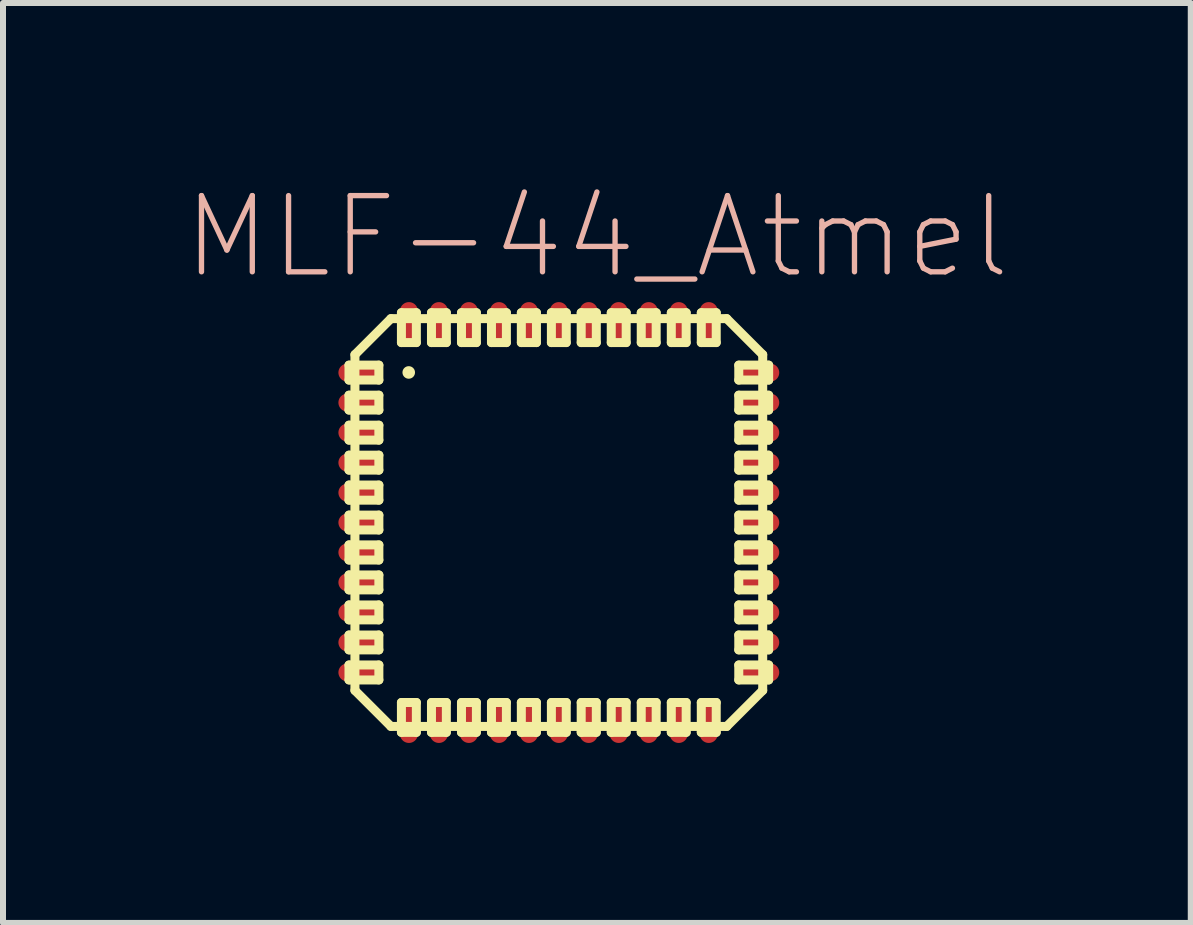
<source format=kicad_pcb>
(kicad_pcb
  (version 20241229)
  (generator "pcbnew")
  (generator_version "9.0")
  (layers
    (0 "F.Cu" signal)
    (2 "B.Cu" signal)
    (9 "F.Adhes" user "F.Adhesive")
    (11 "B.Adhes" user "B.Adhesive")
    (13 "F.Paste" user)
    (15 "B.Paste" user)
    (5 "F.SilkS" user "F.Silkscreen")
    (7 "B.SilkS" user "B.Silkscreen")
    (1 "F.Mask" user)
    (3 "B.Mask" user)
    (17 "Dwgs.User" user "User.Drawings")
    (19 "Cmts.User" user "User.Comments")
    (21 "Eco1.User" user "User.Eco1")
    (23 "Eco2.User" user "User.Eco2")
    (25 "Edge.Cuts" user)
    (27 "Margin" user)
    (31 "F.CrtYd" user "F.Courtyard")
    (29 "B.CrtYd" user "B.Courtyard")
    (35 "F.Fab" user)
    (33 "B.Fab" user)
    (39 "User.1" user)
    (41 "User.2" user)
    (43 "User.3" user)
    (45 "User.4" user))
  (footprint "MLF-44_Atmel"
    (layer "F.Cu")
    (at 6.266 5.661)
    (property "Reference" "MLF-44_Atmel" (at 0.635 -4.763 0) (layer "B.SilkS") (effects (font (size 1.27 1.27) (thickness 0.089))))
    (attr smd)
    (fp_line (start -3.498 -2.624) (end -3 -2.624) (stroke (width 0.15) (type solid)) (layer "F.SilkS"))
    (fp_line (start -3.498 -2.375) (end -3.498 -2.624) (stroke (width 0.15) (type solid)) (layer "F.SilkS"))
    (fp_line (start -3.498 -2.375) (end -3 -2.375) (stroke (width 0.15) (type solid)) (layer "F.SilkS"))
    (fp_line (start -3.498 -2.123) (end -3 -2.123) (stroke (width 0.15) (type solid)) (layer "F.SilkS"))
    (fp_line (start -3.498 -1.875) (end -3.498 -2.123) (stroke (width 0.15) (type solid)) (layer "F.SilkS"))
    (fp_line (start -3.498 -1.875) (end -3 -1.875) (stroke (width 0.15) (type solid)) (layer "F.SilkS"))
    (fp_line (start -3.498 -1.623) (end -3 -1.623) (stroke (width 0.15) (type solid)) (layer "F.SilkS"))
    (fp_line (start -3.498 -1.374) (end -3.498 -1.623) (stroke (width 0.15) (type solid)) (layer "F.SilkS"))
    (fp_line (start -3.498 -1.374) (end -3 -1.374) (stroke (width 0.15) (type solid)) (layer "F.SilkS"))
    (fp_line (start -3.498 -1.123) (end -3 -1.123) (stroke (width 0.15) (type solid)) (layer "F.SilkS"))
    (fp_line (start -3.498 -0.874) (end -3.498 -1.123) (stroke (width 0.15) (type solid)) (layer "F.SilkS"))
    (fp_line (start -3.498 -0.874) (end -3 -0.874) (stroke (width 0.15) (type solid)) (layer "F.SilkS"))
    (fp_line (start -3.498 -0.625) (end -3 -0.625) (stroke (width 0.15) (type solid)) (layer "F.SilkS"))
    (fp_line (start -3.498 -0.373) (end -3.498 -0.625) (stroke (width 0.15) (type solid)) (layer "F.SilkS"))
    (fp_line (start -3.498 -0.373) (end -3 -0.373) (stroke (width 0.15) (type solid)) (layer "F.SilkS"))
    (fp_line (start -3.498 -0.124) (end -3 -0.124) (stroke (width 0.15) (type solid)) (layer "F.SilkS"))
    (fp_line (start -3.498 0.124) (end -3.498 -0.124) (stroke (width 0.15) (type solid)) (layer "F.SilkS"))
    (fp_line (start -3.498 0.124) (end -3 0.124) (stroke (width 0.15) (type solid)) (layer "F.SilkS"))
    (fp_line (start -3.498 0.373) (end -3 0.373) (stroke (width 0.15) (type solid)) (layer "F.SilkS"))
    (fp_line (start -3.498 0.625) (end -3.498 0.373) (stroke (width 0.15) (type solid)) (layer "F.SilkS"))
    (fp_line (start -3.498 0.625) (end -3 0.625) (stroke (width 0.15) (type solid)) (layer "F.SilkS"))
    (fp_line (start -3.498 0.874) (end -3 0.874) (stroke (width 0.15) (type solid)) (layer "F.SilkS"))
    (fp_line (start -3.498 1.123) (end -3.498 0.874) (stroke (width 0.15) (type solid)) (layer "F.SilkS"))
    (fp_line (start -3.498 1.123) (end -3 1.123) (stroke (width 0.15) (type solid)) (layer "F.SilkS"))
    (fp_line (start -3.498 1.374) (end -3 1.374) (stroke (width 0.15) (type solid)) (layer "F.SilkS"))
    (fp_line (start -3.498 1.623) (end -3.498 1.374) (stroke (width 0.15) (type solid)) (layer "F.SilkS"))
    (fp_line (start -3.498 1.623) (end -3 1.623) (stroke (width 0.15) (type solid)) (layer "F.SilkS"))
    (fp_line (start -3.498 1.875) (end -3 1.875) (stroke (width 0.15) (type solid)) (layer "F.SilkS"))
    (fp_line (start -3.498 2.123) (end -3.498 1.875) (stroke (width 0.15) (type solid)) (layer "F.SilkS"))
    (fp_line (start -3.498 2.123) (end -3 2.123) (stroke (width 0.15) (type solid)) (layer "F.SilkS"))
    (fp_line (start -3.498 2.375) (end -3 2.375) (stroke (width 0.15) (type solid)) (layer "F.SilkS"))
    (fp_line (start -3.498 2.624) (end -3.498 2.375) (stroke (width 0.15) (type solid)) (layer "F.SilkS"))
    (fp_line (start -3.498 2.624) (end -3 2.624) (stroke (width 0.15) (type solid)) (layer "F.SilkS"))
    (fp_line (start -3.399 -2.799) (end -2.799 -3.399) (stroke (width 0.15) (type solid)) (layer "F.SilkS"))
    (fp_line (start -3.399 2.799) (end -3.399 -2.799) (stroke (width 0.15) (type solid)) (layer "F.SilkS"))
    (fp_line (start -3 -2.375) (end -3 -2.624) (stroke (width 0.15) (type solid)) (layer "F.SilkS"))
    (fp_line (start -3 -1.875) (end -3 -2.123) (stroke (width 0.15) (type solid)) (layer "F.SilkS"))
    (fp_line (start -3 -1.374) (end -3 -1.623) (stroke (width 0.15) (type solid)) (layer "F.SilkS"))
    (fp_line (start -3 -0.874) (end -3 -1.123) (stroke (width 0.15) (type solid)) (layer "F.SilkS"))
    (fp_line (start -3 -0.373) (end -3 -0.625) (stroke (width 0.15) (type solid)) (layer "F.SilkS"))
    (fp_line (start -3 0.124) (end -3 -0.124) (stroke (width 0.15) (type solid)) (layer "F.SilkS"))
    (fp_line (start -3 0.625) (end -3 0.373) (stroke (width 0.15) (type solid)) (layer "F.SilkS"))
    (fp_line (start -3 1.123) (end -3 0.874) (stroke (width 0.15) (type solid)) (layer "F.SilkS"))
    (fp_line (start -3 1.623) (end -3 1.374) (stroke (width 0.15) (type solid)) (layer "F.SilkS"))
    (fp_line (start -3 2.123) (end -3 1.875) (stroke (width 0.15) (type solid)) (layer "F.SilkS"))
    (fp_line (start -3 2.624) (end -3 2.375) (stroke (width 0.15) (type solid)) (layer "F.SilkS"))
    (fp_line (start -2.799 -3.399) (end 2.799 -3.399) (stroke (width 0.15) (type solid)) (layer "F.SilkS"))
    (fp_line (start -2.799 3.399) (end -3.399 2.799) (stroke (width 0.15) (type solid)) (layer "F.SilkS"))
    (fp_line (start -2.624 -3.498) (end -2.375 -3.498) (stroke (width 0.15) (type solid)) (layer "F.SilkS"))
    (fp_line (start -2.624 -3) (end -2.624 -3.498) (stroke (width 0.15) (type solid)) (layer "F.SilkS"))
    (fp_line (start -2.624 -3) (end -2.375 -3) (stroke (width 0.15) (type solid)) (layer "F.SilkS"))
    (fp_line (start -2.624 3) (end -2.375 3) (stroke (width 0.15) (type solid)) (layer "F.SilkS"))
    (fp_line (start -2.624 3.498) (end -2.624 3) (stroke (width 0.15) (type solid)) (layer "F.SilkS"))
    (fp_line (start -2.624 3.498) (end -2.375 3.498) (stroke (width 0.15) (type solid)) (layer "F.SilkS"))
    (fp_line (start -2.375 -3) (end -2.375 -3.498) (stroke (width 0.15) (type solid)) (layer "F.SilkS"))
    (fp_line (start -2.375 3.498) (end -2.375 3) (stroke (width 0.15) (type solid)) (layer "F.SilkS"))
    (fp_line (start -2.123 -3.498) (end -1.875 -3.498) (stroke (width 0.15) (type solid)) (layer "F.SilkS"))
    (fp_line (start -2.123 -3) (end -2.123 -3.498) (stroke (width 0.15) (type solid)) (layer "F.SilkS"))
    (fp_line (start -2.123 -3) (end -1.875 -3) (stroke (width 0.15) (type solid)) (layer "F.SilkS"))
    (fp_line (start -2.123 3) (end -1.875 3) (stroke (width 0.15) (type solid)) (layer "F.SilkS"))
    (fp_line (start -2.123 3.498) (end -2.123 3) (stroke (width 0.15) (type solid)) (layer "F.SilkS"))
    (fp_line (start -2.123 3.498) (end -1.875 3.498) (stroke (width 0.15) (type solid)) (layer "F.SilkS"))
    (fp_line (start -1.875 -3) (end -1.875 -3.498) (stroke (width 0.15) (type solid)) (layer "F.SilkS"))
    (fp_line (start -1.875 3.498) (end -1.875 3) (stroke (width 0.15) (type solid)) (layer "F.SilkS"))
    (fp_line (start -1.623 -3.498) (end -1.374 -3.498) (stroke (width 0.15) (type solid)) (layer "F.SilkS"))
    (fp_line (start -1.623 -3) (end -1.623 -3.498) (stroke (width 0.15) (type solid)) (layer "F.SilkS"))
    (fp_line (start -1.623 -3) (end -1.374 -3) (stroke (width 0.15) (type solid)) (layer "F.SilkS"))
    (fp_line (start -1.623 3) (end -1.374 3) (stroke (width 0.15) (type solid)) (layer "F.SilkS"))
    (fp_line (start -1.623 3.498) (end -1.623 3) (stroke (width 0.15) (type solid)) (layer "F.SilkS"))
    (fp_line (start -1.623 3.498) (end -1.374 3.498) (stroke (width 0.15) (type solid)) (layer "F.SilkS"))
    (fp_line (start -1.374 -3) (end -1.374 -3.498) (stroke (width 0.15) (type solid)) (layer "F.SilkS"))
    (fp_line (start -1.374 3.498) (end -1.374 3) (stroke (width 0.15) (type solid)) (layer "F.SilkS"))
    (fp_line (start -1.123 -3.498) (end -0.874 -3.498) (stroke (width 0.15) (type solid)) (layer "F.SilkS"))
    (fp_line (start -1.123 -3) (end -1.123 -3.498) (stroke (width 0.15) (type solid)) (layer "F.SilkS"))
    (fp_line (start -1.123 -3) (end -0.874 -3) (stroke (width 0.15) (type solid)) (layer "F.SilkS"))
    (fp_line (start -1.123 3) (end -0.874 3) (stroke (width 0.15) (type solid)) (layer "F.SilkS"))
    (fp_line (start -1.123 3.498) (end -1.123 3) (stroke (width 0.15) (type solid)) (layer "F.SilkS"))
    (fp_line (start -1.123 3.498) (end -0.874 3.498) (stroke (width 0.15) (type solid)) (layer "F.SilkS"))
    (fp_line (start -0.874 -3) (end -0.874 -3.498) (stroke (width 0.15) (type solid)) (layer "F.SilkS"))
    (fp_line (start -0.874 3.498) (end -0.874 3) (stroke (width 0.15) (type solid)) (layer "F.SilkS"))
    (fp_line (start -0.625 -3.498) (end -0.373 -3.498) (stroke (width 0.15) (type solid)) (layer "F.SilkS"))
    (fp_line (start -0.625 -3) (end -0.625 -3.498) (stroke (width 0.15) (type solid)) (layer "F.SilkS"))
    (fp_line (start -0.625 -3) (end -0.373 -3) (stroke (width 0.15) (type solid)) (layer "F.SilkS"))
    (fp_line (start -0.625 3) (end -0.373 3) (stroke (width 0.15) (type solid)) (layer "F.SilkS"))
    (fp_line (start -0.625 3.498) (end -0.625 3) (stroke (width 0.15) (type solid)) (layer "F.SilkS"))
    (fp_line (start -0.625 3.498) (end -0.373 3.498) (stroke (width 0.15) (type solid)) (layer "F.SilkS"))
    (fp_line (start -0.373 -3) (end -0.373 -3.498) (stroke (width 0.15) (type solid)) (layer "F.SilkS"))
    (fp_line (start -0.373 3.498) (end -0.373 3) (stroke (width 0.15) (type solid)) (layer "F.SilkS"))
    (fp_line (start -0.124 -3.498) (end 0.124 -3.498) (stroke (width 0.15) (type solid)) (layer "F.SilkS"))
    (fp_line (start -0.124 -3) (end -0.124 -3.498) (stroke (width 0.15) (type solid)) (layer "F.SilkS"))
    (fp_line (start -0.124 -3) (end 0.124 -3) (stroke (width 0.15) (type solid)) (layer "F.SilkS"))
    (fp_line (start -0.124 3) (end 0.124 3) (stroke (width 0.15) (type solid)) (layer "F.SilkS"))
    (fp_line (start -0.124 3.498) (end -0.124 3) (stroke (width 0.15) (type solid)) (layer "F.SilkS"))
    (fp_line (start -0.124 3.498) (end 0.124 3.498) (stroke (width 0.15) (type solid)) (layer "F.SilkS"))
    (fp_line (start 0.124 -3) (end 0.124 -3.498) (stroke (width 0.15) (type solid)) (layer "F.SilkS"))
    (fp_line (start 0.124 3.498) (end 0.124 3) (stroke (width 0.15) (type solid)) (layer "F.SilkS"))
    (fp_line (start 0.373 -3.498) (end 0.625 -3.498) (stroke (width 0.15) (type solid)) (layer "F.SilkS"))
    (fp_line (start 0.373 -3) (end 0.373 -3.498) (stroke (width 0.15) (type solid)) (layer "F.SilkS"))
    (fp_line (start 0.373 -3) (end 0.625 -3) (stroke (width 0.15) (type solid)) (layer "F.SilkS"))
    (fp_line (start 0.373 3) (end 0.625 3) (stroke (width 0.15) (type solid)) (layer "F.SilkS"))
    (fp_line (start 0.373 3.498) (end 0.373 3) (stroke (width 0.15) (type solid)) (layer "F.SilkS"))
    (fp_line (start 0.373 3.498) (end 0.625 3.498) (stroke (width 0.15) (type solid)) (layer "F.SilkS"))
    (fp_line (start 0.625 -3) (end 0.625 -3.498) (stroke (width 0.15) (type solid)) (layer "F.SilkS"))
    (fp_line (start 0.625 3.498) (end 0.625 3) (stroke (width 0.15) (type solid)) (layer "F.SilkS"))
    (fp_line (start 0.874 -3.498) (end 1.123 -3.498) (stroke (width 0.15) (type solid)) (layer "F.SilkS"))
    (fp_line (start 0.874 -3) (end 0.874 -3.498) (stroke (width 0.15) (type solid)) (layer "F.SilkS"))
    (fp_line (start 0.874 -3) (end 1.123 -3) (stroke (width 0.15) (type solid)) (layer "F.SilkS"))
    (fp_line (start 0.874 3) (end 1.123 3) (stroke (width 0.15) (type solid)) (layer "F.SilkS"))
    (fp_line (start 0.874 3.498) (end 0.874 3) (stroke (width 0.15) (type solid)) (layer "F.SilkS"))
    (fp_line (start 0.874 3.498) (end 1.123 3.498) (stroke (width 0.15) (type solid)) (layer "F.SilkS"))
    (fp_line (start 1.123 -3) (end 1.123 -3.498) (stroke (width 0.15) (type solid)) (layer "F.SilkS"))
    (fp_line (start 1.123 3.498) (end 1.123 3) (stroke (width 0.15) (type solid)) (layer "F.SilkS"))
    (fp_line (start 1.374 -3.498) (end 1.623 -3.498) (stroke (width 0.15) (type solid)) (layer "F.SilkS"))
    (fp_line (start 1.374 -3) (end 1.374 -3.498) (stroke (width 0.15) (type solid)) (layer "F.SilkS"))
    (fp_line (start 1.374 -3) (end 1.623 -3) (stroke (width 0.15) (type solid)) (layer "F.SilkS"))
    (fp_line (start 1.374 3) (end 1.623 3) (stroke (width 0.15) (type solid)) (layer "F.SilkS"))
    (fp_line (start 1.374 3.498) (end 1.374 3) (stroke (width 0.15) (type solid)) (layer "F.SilkS"))
    (fp_line (start 1.374 3.498) (end 1.623 3.498) (stroke (width 0.15) (type solid)) (layer "F.SilkS"))
    (fp_line (start 1.623 -3) (end 1.623 -3.498) (stroke (width 0.15) (type solid)) (layer "F.SilkS"))
    (fp_line (start 1.623 3.498) (end 1.623 3) (stroke (width 0.15) (type solid)) (layer "F.SilkS"))
    (fp_line (start 1.875 -3.498) (end 2.123 -3.498) (stroke (width 0.15) (type solid)) (layer "F.SilkS"))
    (fp_line (start 1.875 -3) (end 1.875 -3.498) (stroke (width 0.15) (type solid)) (layer "F.SilkS"))
    (fp_line (start 1.875 -3) (end 2.123 -3) (stroke (width 0.15) (type solid)) (layer "F.SilkS"))
    (fp_line (start 1.875 3) (end 2.123 3) (stroke (width 0.15) (type solid)) (layer "F.SilkS"))
    (fp_line (start 1.875 3.498) (end 1.875 3) (stroke (width 0.15) (type solid)) (layer "F.SilkS"))
    (fp_line (start 1.875 3.498) (end 2.123 3.498) (stroke (width 0.15) (type solid)) (layer "F.SilkS"))
    (fp_line (start 2.123 -3) (end 2.123 -3.498) (stroke (width 0.15) (type solid)) (layer "F.SilkS"))
    (fp_line (start 2.123 3.498) (end 2.123 3) (stroke (width 0.15) (type solid)) (layer "F.SilkS"))
    (fp_line (start 2.375 -3.498) (end 2.624 -3.498) (stroke (width 0.15) (type solid)) (layer "F.SilkS"))
    (fp_line (start 2.375 -3) (end 2.375 -3.498) (stroke (width 0.15) (type solid)) (layer "F.SilkS"))
    (fp_line (start 2.375 -3) (end 2.624 -3) (stroke (width 0.15) (type solid)) (layer "F.SilkS"))
    (fp_line (start 2.375 3) (end 2.624 3) (stroke (width 0.15) (type solid)) (layer "F.SilkS"))
    (fp_line (start 2.375 3.498) (end 2.375 3) (stroke (width 0.15) (type solid)) (layer "F.SilkS"))
    (fp_line (start 2.375 3.498) (end 2.624 3.498) (stroke (width 0.15) (type solid)) (layer "F.SilkS"))
    (fp_line (start 2.624 -3) (end 2.624 -3.498) (stroke (width 0.15) (type solid)) (layer "F.SilkS"))
    (fp_line (start 2.624 3.498) (end 2.624 3) (stroke (width 0.15) (type solid)) (layer "F.SilkS"))
    (fp_line (start 2.799 -3.399) (end 3.399 -2.799) (stroke (width 0.15) (type solid)) (layer "F.SilkS"))
    (fp_line (start 2.799 3.399) (end -2.799 3.399) (stroke (width 0.15) (type solid)) (layer "F.SilkS"))
    (fp_line (start 3 -2.624) (end 3.498 -2.624) (stroke (width 0.15) (type solid)) (layer "F.SilkS"))
    (fp_line (start 3 -2.375) (end 3 -2.624) (stroke (width 0.15) (type solid)) (layer "F.SilkS"))
    (fp_line (start 3 -2.375) (end 3.498 -2.375) (stroke (width 0.15) (type solid)) (layer "F.SilkS"))
    (fp_line (start 3 -2.123) (end 3.498 -2.123) (stroke (width 0.15) (type solid)) (layer "F.SilkS"))
    (fp_line (start 3 -1.875) (end 3 -2.123) (stroke (width 0.15) (type solid)) (layer "F.SilkS"))
    (fp_line (start 3 -1.875) (end 3.498 -1.875) (stroke (width 0.15) (type solid)) (layer "F.SilkS"))
    (fp_line (start 3 -1.623) (end 3.498 -1.623) (stroke (width 0.15) (type solid)) (layer "F.SilkS"))
    (fp_line (start 3 -1.374) (end 3 -1.623) (stroke (width 0.15) (type solid)) (layer "F.SilkS"))
    (fp_line (start 3 -1.374) (end 3.498 -1.374) (stroke (width 0.15) (type solid)) (layer "F.SilkS"))
    (fp_line (start 3 -1.123) (end 3.498 -1.123) (stroke (width 0.15) (type solid)) (layer "F.SilkS"))
    (fp_line (start 3 -0.874) (end 3 -1.123) (stroke (width 0.15) (type solid)) (layer "F.SilkS"))
    (fp_line (start 3 -0.874) (end 3.498 -0.874) (stroke (width 0.15) (type solid)) (layer "F.SilkS"))
    (fp_line (start 3 -0.625) (end 3.498 -0.625) (stroke (width 0.15) (type solid)) (layer "F.SilkS"))
    (fp_line (start 3 -0.373) (end 3 -0.625) (stroke (width 0.15) (type solid)) (layer "F.SilkS"))
    (fp_line (start 3 -0.373) (end 3.498 -0.373) (stroke (width 0.15) (type solid)) (layer "F.SilkS"))
    (fp_line (start 3 -0.124) (end 3.498 -0.124) (stroke (width 0.15) (type solid)) (layer "F.SilkS"))
    (fp_line (start 3 0.124) (end 3 -0.124) (stroke (width 0.15) (type solid)) (layer "F.SilkS"))
    (fp_line (start 3 0.124) (end 3.498 0.124) (stroke (width 0.15) (type solid)) (layer "F.SilkS"))
    (fp_line (start 3 0.373) (end 3.498 0.373) (stroke (width 0.15) (type solid)) (layer "F.SilkS"))
    (fp_line (start 3 0.625) (end 3 0.373) (stroke (width 0.15) (type solid)) (layer "F.SilkS"))
    (fp_line (start 3 0.625) (end 3.498 0.625) (stroke (width 0.15) (type solid)) (layer "F.SilkS"))
    (fp_line (start 3 0.874) (end 3.498 0.874) (stroke (width 0.15) (type solid)) (layer "F.SilkS"))
    (fp_line (start 3 1.123) (end 3 0.874) (stroke (width 0.15) (type solid)) (layer "F.SilkS"))
    (fp_line (start 3 1.123) (end 3.498 1.123) (stroke (width 0.15) (type solid)) (layer "F.SilkS"))
    (fp_line (start 3 1.374) (end 3.498 1.374) (stroke (width 0.15) (type solid)) (layer "F.SilkS"))
    (fp_line (start 3 1.623) (end 3 1.374) (stroke (width 0.15) (type solid)) (layer "F.SilkS"))
    (fp_line (start 3 1.623) (end 3.498 1.623) (stroke (width 0.15) (type solid)) (layer "F.SilkS"))
    (fp_line (start 3 1.875) (end 3.498 1.875) (stroke (width 0.15) (type solid)) (layer "F.SilkS"))
    (fp_line (start 3 2.123) (end 3 1.875) (stroke (width 0.15) (type solid)) (layer "F.SilkS"))
    (fp_line (start 3 2.123) (end 3.498 2.123) (stroke (width 0.15) (type solid)) (layer "F.SilkS"))
    (fp_line (start 3 2.375) (end 3.498 2.375) (stroke (width 0.15) (type solid)) (layer "F.SilkS"))
    (fp_line (start 3 2.624) (end 3 2.375) (stroke (width 0.15) (type solid)) (layer "F.SilkS"))
    (fp_line (start 3 2.624) (end 3.498 2.624) (stroke (width 0.15) (type solid)) (layer "F.SilkS"))
    (fp_line (start 3.399 -2.799) (end 3.399 2.799) (stroke (width 0.15) (type solid)) (layer "F.SilkS"))
    (fp_line (start 3.399 2.799) (end 2.799 3.399) (stroke (width 0.15) (type solid)) (layer "F.SilkS"))
    (fp_line (start 3.498 -2.375) (end 3.498 -2.624) (stroke (width 0.15) (type solid)) (layer "F.SilkS"))
    (fp_line (start 3.498 -1.875) (end 3.498 -2.123) (stroke (width 0.15) (type solid)) (layer "F.SilkS"))
    (fp_line (start 3.498 -1.374) (end 3.498 -1.623) (stroke (width 0.15) (type solid)) (layer "F.SilkS"))
    (fp_line (start 3.498 -0.874) (end 3.498 -1.123) (stroke (width 0.15) (type solid)) (layer "F.SilkS"))
    (fp_line (start 3.498 -0.373) (end 3.498 -0.625) (stroke (width 0.15) (type solid)) (layer "F.SilkS"))
    (fp_line (start 3.498 0.124) (end 3.498 -0.124) (stroke (width 0.15) (type solid)) (layer "F.SilkS"))
    (fp_line (start 3.498 0.625) (end 3.498 0.373) (stroke (width 0.15) (type solid)) (layer "F.SilkS"))
    (fp_line (start 3.498 1.123) (end 3.498 0.874) (stroke (width 0.15) (type solid)) (layer "F.SilkS"))
    (fp_line (start 3.498 1.623) (end 3.498 1.374) (stroke (width 0.15) (type solid)) (layer "F.SilkS"))
    (fp_line (start 3.498 2.123) (end 3.498 1.875) (stroke (width 0.15) (type solid)) (layer "F.SilkS"))
    (fp_line (start 3.498 2.624) (end 3.498 2.375) (stroke (width 0.15) (type solid)) (layer "F.SilkS"))
    (fp_circle (center -2.502 -2.502) (end -2.576 -2.576) (stroke (width 0) (type solid)) (fill yes) (layer "F.SilkS"))
    (pad "1" smd oval (at -3.325 -2.499) (size 0.699 0.3) (layers "F.Cu" "F.Mask" "F.Paste"))
    (pad "2" smd oval (at -3.325 -1.999) (size 0.699 0.3) (layers "F.Cu" "F.Mask" "F.Paste"))
    (pad "3" smd oval (at -3.325 -1.499) (size 0.699 0.3) (layers "F.Cu" "F.Mask" "F.Paste"))
    (pad "4" smd oval (at -3.325 -0.998) (size 0.699 0.3) (layers "F.Cu" "F.Mask" "F.Paste"))
    (pad "5" smd oval (at -3.325 -0.498) (size 0.699 0.3) (layers "F.Cu" "F.Mask" "F.Paste"))
    (pad "6" smd oval (at -3.325 0) (size 0.699 0.3) (layers "F.Cu" "F.Mask" "F.Paste"))
    (pad "7" smd oval (at -3.325 0.498) (size 0.699 0.3) (layers "F.Cu" "F.Mask" "F.Paste"))
    (pad "8" smd oval (at -3.325 0.998) (size 0.699 0.3) (layers "F.Cu" "F.Mask" "F.Paste"))
    (pad "9" smd oval (at -3.325 1.499) (size 0.699 0.3) (layers "F.Cu" "F.Mask" "F.Paste"))
    (pad "10" smd oval (at -3.325 1.999) (size 0.699 0.3) (layers "F.Cu" "F.Mask" "F.Paste"))
    (pad "11" smd oval (at -3.325 2.499) (size 0.699 0.3) (layers "F.Cu" "F.Mask" "F.Paste"))
    (pad "12" smd oval (at -2.499 3.325) (size 0.3 0.699) (layers "F.Cu" "F.Mask" "F.Paste"))
    (pad "13" smd oval (at -1.999 3.325) (size 0.3 0.699) (layers "F.Cu" "F.Mask" "F.Paste"))
    (pad "14" smd oval (at -1.499 3.325) (size 0.3 0.699) (layers "F.Cu" "F.Mask" "F.Paste"))
    (pad "15" smd oval (at -0.998 3.325) (size 0.3 0.699) (layers "F.Cu" "F.Mask" "F.Paste"))
    (pad "16" smd oval (at -0.498 3.325) (size 0.3 0.699) (layers "F.Cu" "F.Mask" "F.Paste"))
    (pad "17" smd oval (at 0 3.325) (size 0.3 0.699) (layers "F.Cu" "F.Mask" "F.Paste"))
    (pad "18" smd oval (at 0.498 3.325) (size 0.3 0.699) (layers "F.Cu" "F.Mask" "F.Paste"))
    (pad "19" smd oval (at 0.998 3.325) (size 0.3 0.699) (layers "F.Cu" "F.Mask" "F.Paste"))
    (pad "20" smd oval (at 1.499 3.325) (size 0.3 0.699) (layers "F.Cu" "F.Mask" "F.Paste"))
    (pad "21" smd oval (at 1.999 3.325) (size 0.3 0.699) (layers "F.Cu" "F.Mask" "F.Paste"))
    (pad "22" smd oval (at 2.499 3.325) (size 0.3 0.699) (layers "F.Cu" "F.Mask" "F.Paste"))
    (pad "23" smd oval (at 3.325 2.499) (size 0.699 0.3) (layers "F.Cu" "F.Mask" "F.Paste"))
    (pad "24" smd oval (at 3.325 1.999) (size 0.699 0.3) (layers "F.Cu" "F.Mask" "F.Paste"))
    (pad "25" smd oval (at 3.325 1.499) (size 0.699 0.3) (layers "F.Cu" "F.Mask" "F.Paste"))
    (pad "26" smd oval (at 3.325 0.998) (size 0.699 0.3) (layers "F.Cu" "F.Mask" "F.Paste"))
    (pad "27" smd oval (at 3.325 0.498) (size 0.699 0.3) (layers "F.Cu" "F.Mask" "F.Paste"))
    (pad "28" smd oval (at 3.325 0) (size 0.699 0.3) (layers "F.Cu" "F.Mask" "F.Paste"))
    (pad "29" smd oval (at 3.325 -0.498) (size 0.699 0.3) (layers "F.Cu" "F.Mask" "F.Paste"))
    (pad "30" smd oval (at 3.325 -0.998) (size 0.699 0.3) (layers "F.Cu" "F.Mask" "F.Paste"))
    (pad "31" smd oval (at 3.325 -1.499) (size 0.699 0.3) (layers "F.Cu" "F.Mask" "F.Paste"))
    (pad "32" smd oval (at 3.325 -1.999) (size 0.699 0.3) (layers "F.Cu" "F.Mask" "F.Paste"))
    (pad "33" smd oval (at 3.325 -2.499) (size 0.699 0.3) (layers "F.Cu" "F.Mask" "F.Paste"))
    (pad "34" smd oval (at 2.499 -3.325) (size 0.3 0.699) (layers "F.Cu" "F.Mask" "F.Paste"))
    (pad "35" smd oval (at 1.999 -3.325) (size 0.3 0.699) (layers "F.Cu" "F.Mask" "F.Paste"))
    (pad "36" smd oval (at 1.499 -3.325) (size 0.3 0.699) (layers "F.Cu" "F.Mask" "F.Paste"))
    (pad "37" smd oval (at 0.998 -3.325) (size 0.3 0.699) (layers "F.Cu" "F.Mask" "F.Paste"))
    (pad "38" smd oval (at 0.498 -3.325) (size 0.3 0.699) (layers "F.Cu" "F.Mask" "F.Paste"))
    (pad "39" smd oval (at 0 -3.325) (size 0.3 0.699) (layers "F.Cu" "F.Mask" "F.Paste"))
    (pad "40" smd oval (at -0.498 -3.325) (size 0.3 0.699) (layers "F.Cu" "F.Mask" "F.Paste"))
    (pad "41" smd oval (at -0.998 -3.325) (size 0.3 0.699) (layers "F.Cu" "F.Mask" "F.Paste"))
    (pad "42" smd oval (at -1.499 -3.325) (size 0.3 0.699) (layers "F.Cu" "F.Mask" "F.Paste"))
    (pad "43" smd oval (at -1.999 -3.325) (size 0.3 0.699) (layers "F.Cu" "F.Mask" "F.Paste"))
    (pad "44" smd oval (at -2.499 -3.325) (size 0.3 0.699) (layers "F.Cu" "F.Mask" "F.Paste")))
  (gr_rect
    (start -3 -3)
    (end 16.801 12.336)
    (stroke (width 0.1) (type default))
    (fill no)
    (layer "Edge.Cuts")))
</source>
